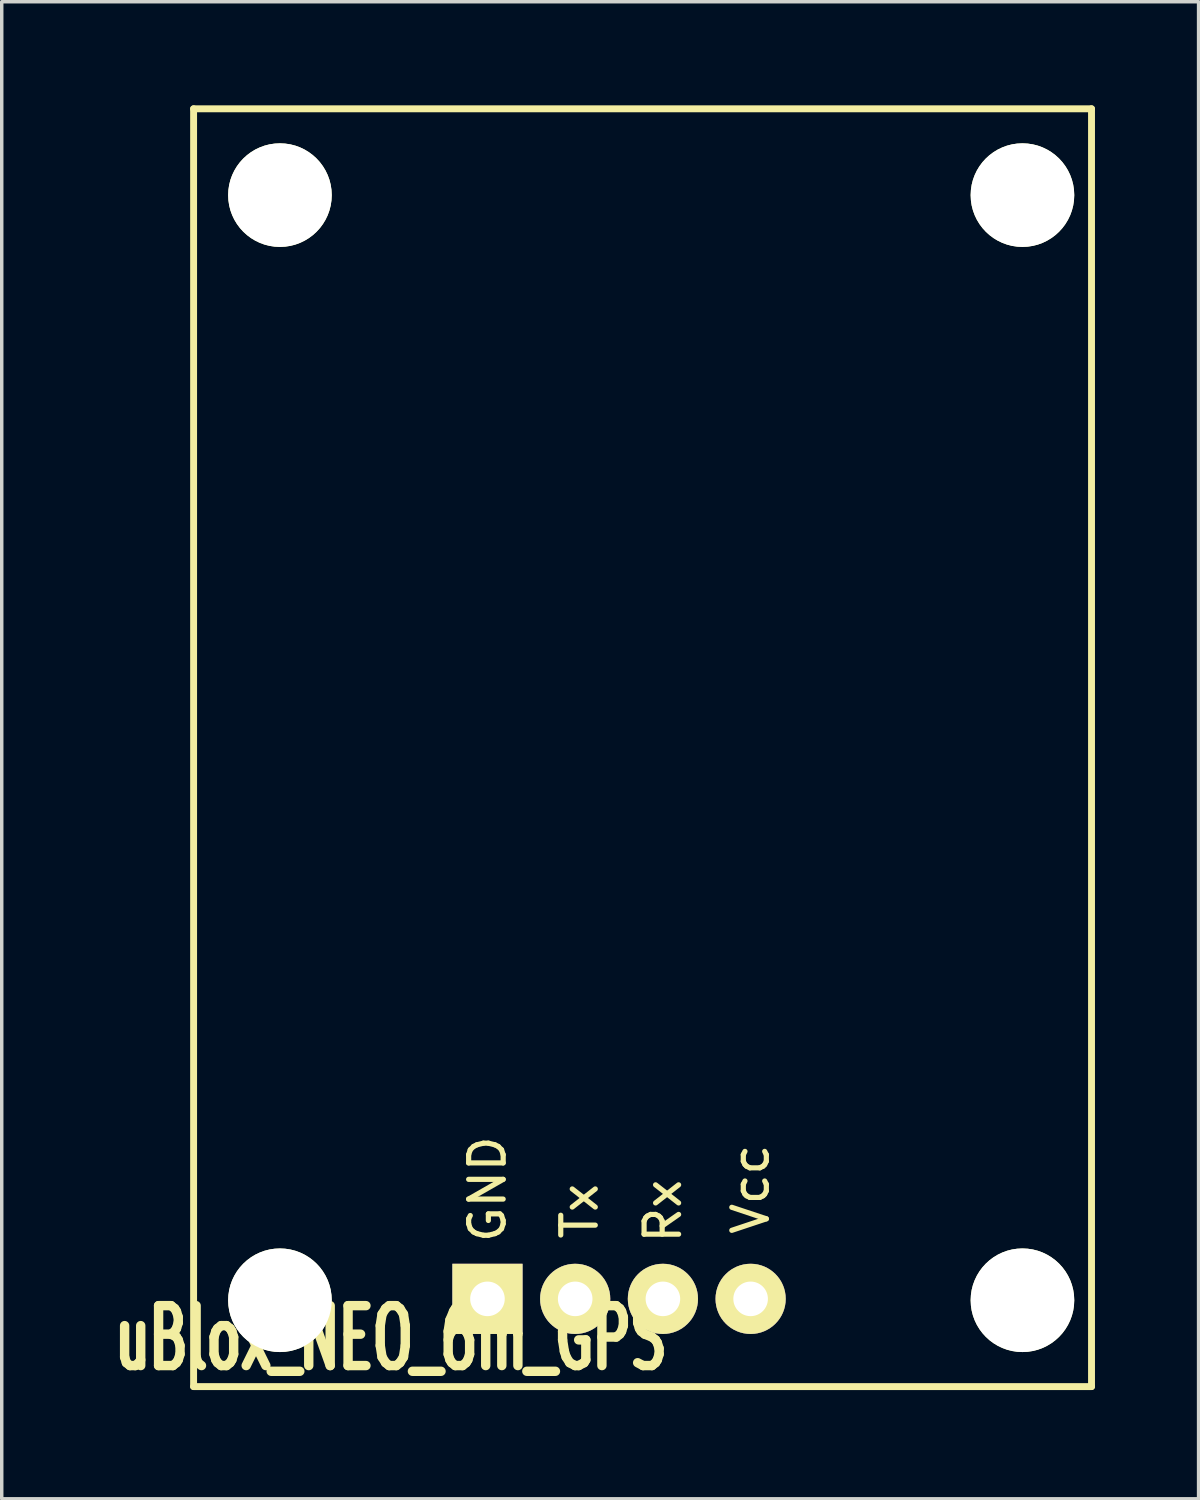
<source format=kicad_pcb>
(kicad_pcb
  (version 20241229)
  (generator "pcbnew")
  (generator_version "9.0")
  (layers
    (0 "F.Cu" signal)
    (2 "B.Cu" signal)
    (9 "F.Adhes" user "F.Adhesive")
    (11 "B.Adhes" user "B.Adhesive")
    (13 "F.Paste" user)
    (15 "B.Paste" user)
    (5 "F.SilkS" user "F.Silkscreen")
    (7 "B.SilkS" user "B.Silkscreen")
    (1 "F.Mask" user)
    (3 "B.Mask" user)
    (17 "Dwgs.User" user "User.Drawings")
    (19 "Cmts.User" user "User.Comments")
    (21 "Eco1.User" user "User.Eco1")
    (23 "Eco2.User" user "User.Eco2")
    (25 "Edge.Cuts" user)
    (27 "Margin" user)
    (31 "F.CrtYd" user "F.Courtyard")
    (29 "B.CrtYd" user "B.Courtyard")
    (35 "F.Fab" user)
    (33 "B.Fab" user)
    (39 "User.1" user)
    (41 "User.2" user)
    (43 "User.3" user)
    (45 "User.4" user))
  (footprint "uBlox_NEO_6m_GPS"
    (layer "F.Cu")
    (at 2.556 37.1)
    (property "Reference" "uBlox_NEO_6m_GPS" (at 5.715 -1.397 0) (layer "F.SilkS") (effects (font (size 1.735 1.087) (thickness 0.272))))
    (attr through_hole)
    (fp_line (start 0 -37) (end 0 0) (stroke (width 0.2) (type solid)) (layer "F.SilkS"))
    (fp_line (start 0 0) (end 26 0) (stroke (width 0.2) (type solid)) (layer "F.SilkS"))
    (fp_line (start 26 -37) (end 0 -37) (stroke (width 0.2) (type solid)) (layer "F.SilkS"))
    (fp_line (start 26 0) (end 26 -37) (stroke (width 0.2) (type solid)) (layer "F.SilkS"))
    (fp_text user "Tx" (at 11.176 -5.08 90) (layer "F.SilkS") (effects (font (size 1 1) (thickness 0.15))))
    (fp_text user "Rx" (at 13.589 -5.08 90) (layer "F.SilkS") (effects (font (size 1 1) (thickness 0.15))))
    (fp_text user "Vcc" (at 16.129 -5.715 90) (layer "F.SilkS") (effects (font (size 1 1) (thickness 0.15))))
    (fp_text user "GND" (at 8.509 -5.715 90) (layer "F.SilkS") (effects (font (size 1 1) (thickness 0.15))))
    (pad "" np_thru_hole circle (at 2.5 -34.5) (size 3 3) (drill 3) (layers "*.Cu" "*.Mask" "F.SilkS"))
    (pad "" np_thru_hole circle (at 2.5 -2.5) (size 3 3) (drill 3) (layers "*.Cu" "*.Mask" "F.SilkS"))
    (pad "" np_thru_hole circle (at 24 -34.5) (size 3 3) (drill 3) (layers "*.Cu" "*.Mask" "F.SilkS"))
    (pad "" np_thru_hole circle (at 24 -2.5) (size 3 3) (drill 3) (layers "*.Cu" "*.Mask" "F.SilkS"))
    (pad "1" thru_hole rect (at 8.509 -2.54) (size 2.032 2.032) (drill 1.001) (layers "*.Cu" "*.Mask" "F.SilkS"))
    (pad "2" thru_hole circle (at 11.049 -2.54) (size 2.032 2.032) (drill 1.001) (layers "*.Cu" "*.Mask" "F.SilkS"))
    (pad "3" thru_hole circle (at 13.589 -2.54) (size 2.032 2.032) (drill 1.001) (layers "*.Cu" "*.Mask" "F.SilkS"))
    (pad "4" thru_hole circle (at 16.129 -2.54) (size 2.032 2.032) (drill 1.001) (layers "*.Cu" "*.Mask" "F.SilkS")))
  (gr_rect
    (start -3 -3)
    (end 31.656 40.35)
    (stroke (width 0.1) (type default))
    (fill no)
    (layer "Edge.Cuts")))
</source>
